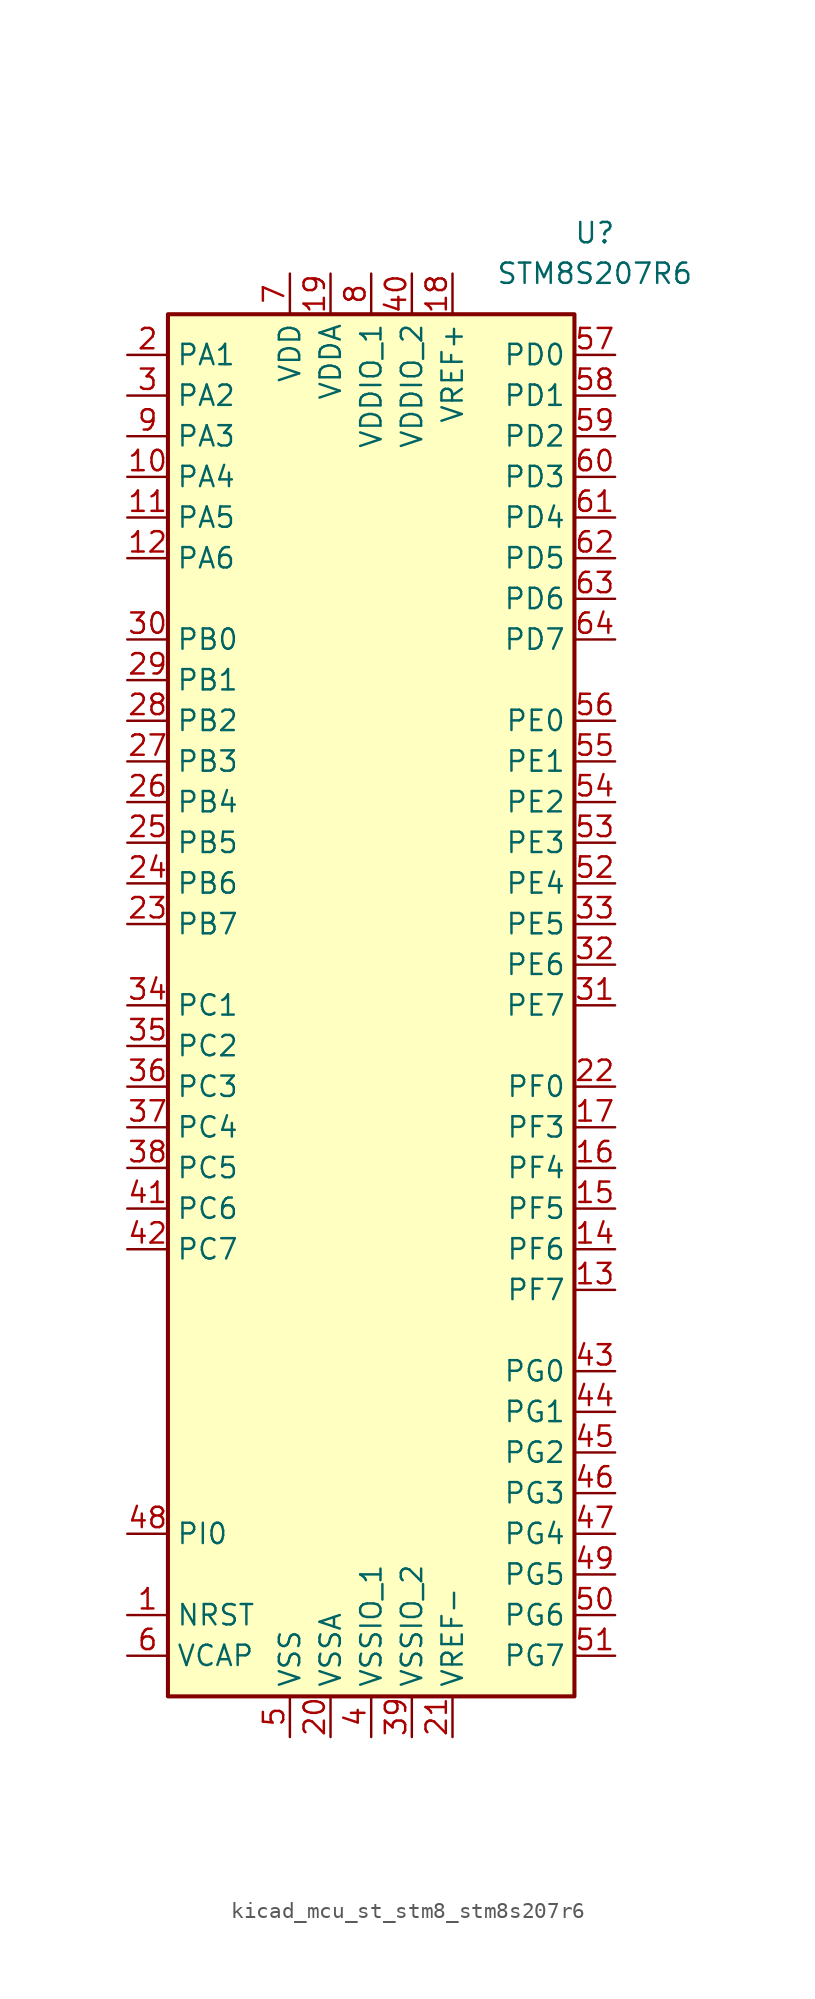
<source format=kicad_sym>
(kicad_symbol_lib
  (version 20220914)
  (generator kicad_symbol_editor)
  (symbol "kicad_mcu_st_stm8_stm8s207r6"
    (property "Reference" "U"
      (at 13.97 48.26 0)
      (effects (font (size 1.27 1.27))))
    (property "Value" "STM8S207R6"
      (at 13.97 45.72 0)
      (effects (font (size 1.27 1.27))))
    (symbol "kicad_mcu_st_stm8_stm8s207r6_0_1"
      (rectangle (start 12.7 43.18) (end -12.7 -43.18) (stroke (width 0.254) (type default)) (fill (type background))))
    (symbol "kicad_mcu_st_stm8_stm8s207r6_1_1"
      (pin input line (at -15.24 -38.1 0) (length 2.54) (name "NRST" (effects (font (size 1.27 1.27)))) (number "1" (effects (font (size 1.27 1.27)))))
      (pin bidirectional line (at -15.24 33.02 0) (length 2.54) (name "PA4" (effects (font (size 1.27 1.27)))) (number "10" (effects (font (size 1.27 1.27)))))
      (pin bidirectional line (at -15.24 30.48 0) (length 2.54) (name "PA5" (effects (font (size 1.27 1.27)))) (number "11" (effects (font (size 1.27 1.27)))))
      (pin bidirectional line (at -15.24 27.94 0) (length 2.54) (name "PA6" (effects (font (size 1.27 1.27)))) (number "12" (effects (font (size 1.27 1.27)))))
      (pin bidirectional line (at 15.24 -17.78 180) (length 2.54) (name "PF7" (effects (font (size 1.27 1.27)))) (number "13" (effects (font (size 1.27 1.27)))))
      (pin bidirectional line (at 15.24 -15.24 180) (length 2.54) (name "PF6" (effects (font (size 1.27 1.27)))) (number "14" (effects (font (size 1.27 1.27)))))
      (pin bidirectional line (at 15.24 -12.7 180) (length 2.54) (name "PF5" (effects (font (size 1.27 1.27)))) (number "15" (effects (font (size 1.27 1.27)))))
      (pin bidirectional line (at 15.24 -10.16 180) (length 2.54) (name "PF4" (effects (font (size 1.27 1.27)))) (number "16" (effects (font (size 1.27 1.27)))))
      (pin bidirectional line (at 15.24 -7.62 180) (length 2.54) (name "PF3" (effects (font (size 1.27 1.27)))) (number "17" (effects (font (size 1.27 1.27)))))
      (pin power_in line (at 5.08 45.72 270) (length 2.54) (name "VREF+" (effects (font (size 1.27 1.27)))) (number "18" (effects (font (size 1.27 1.27)))))
      (pin power_in line (at -2.54 45.72 270) (length 2.54) (name "VDDA" (effects (font (size 1.27 1.27)))) (number "19" (effects (font (size 1.27 1.27)))))
      (pin bidirectional line (at -15.24 40.64 0) (length 2.54) (name "PA1" (effects (font (size 1.27 1.27)))) (number "2" (effects (font (size 1.27 1.27)))))
      (pin power_in line (at -2.54 -45.72 90) (length 2.54) (name "VSSA" (effects (font (size 1.27 1.27)))) (number "20" (effects (font (size 1.27 1.27)))))
      (pin power_in line (at 5.08 -45.72 90) (length 2.54) (name "VREF-" (effects (font (size 1.27 1.27)))) (number "21" (effects (font (size 1.27 1.27)))))
      (pin bidirectional line (at 15.24 -5.08 180) (length 2.54) (name "PF0" (effects (font (size 1.27 1.27)))) (number "22" (effects (font (size 1.27 1.27)))))
      (pin bidirectional line (at -15.24 5.08 0) (length 2.54) (name "PB7" (effects (font (size 1.27 1.27)))) (number "23" (effects (font (size 1.27 1.27)))))
      (pin bidirectional line (at -15.24 7.62 0) (length 2.54) (name "PB6" (effects (font (size 1.27 1.27)))) (number "24" (effects (font (size 1.27 1.27)))))
      (pin bidirectional line (at -15.24 10.16 0) (length 2.54) (name "PB5" (effects (font (size 1.27 1.27)))) (number "25" (effects (font (size 1.27 1.27)))))
      (pin bidirectional line (at -15.24 12.7 0) (length 2.54) (name "PB4" (effects (font (size 1.27 1.27)))) (number "26" (effects (font (size 1.27 1.27)))))
      (pin bidirectional line (at -15.24 15.24 0) (length 2.54) (name "PB3" (effects (font (size 1.27 1.27)))) (number "27" (effects (font (size 1.27 1.27)))))
      (pin bidirectional line (at -15.24 17.78 0) (length 2.54) (name "PB2" (effects (font (size 1.27 1.27)))) (number "28" (effects (font (size 1.27 1.27)))))
      (pin bidirectional line (at -15.24 20.32 0) (length 2.54) (name "PB1" (effects (font (size 1.27 1.27)))) (number "29" (effects (font (size 1.27 1.27)))))
      (pin bidirectional line (at -15.24 38.1 0) (length 2.54) (name "PA2" (effects (font (size 1.27 1.27)))) (number "3" (effects (font (size 1.27 1.27)))))
      (pin bidirectional line (at -15.24 22.86 0) (length 2.54) (name "PB0" (effects (font (size 1.27 1.27)))) (number "30" (effects (font (size 1.27 1.27)))))
      (pin bidirectional line (at 15.24 0 180) (length 2.54) (name "PE7" (effects (font (size 1.27 1.27)))) (number "31" (effects (font (size 1.27 1.27)))))
      (pin bidirectional line (at 15.24 2.54 180) (length 2.54) (name "PE6" (effects (font (size 1.27 1.27)))) (number "32" (effects (font (size 1.27 1.27)))))
      (pin bidirectional line (at 15.24 5.08 180) (length 2.54) (name "PE5" (effects (font (size 1.27 1.27)))) (number "33" (effects (font (size 1.27 1.27)))))
      (pin bidirectional line (at -15.24 0 0) (length 2.54) (name "PC1" (effects (font (size 1.27 1.27)))) (number "34" (effects (font (size 1.27 1.27)))))
      (pin bidirectional line (at -15.24 -2.54 0) (length 2.54) (name "PC2" (effects (font (size 1.27 1.27)))) (number "35" (effects (font (size 1.27 1.27)))))
      (pin bidirectional line (at -15.24 -5.08 0) (length 2.54) (name "PC3" (effects (font (size 1.27 1.27)))) (number "36" (effects (font (size 1.27 1.27)))))
      (pin bidirectional line (at -15.24 -7.62 0) (length 2.54) (name "PC4" (effects (font (size 1.27 1.27)))) (number "37" (effects (font (size 1.27 1.27)))))
      (pin bidirectional line (at -15.24 -10.16 0) (length 2.54) (name "PC5" (effects (font (size 1.27 1.27)))) (number "38" (effects (font (size 1.27 1.27)))))
      (pin power_in line (at 2.54 -45.72 90) (length 2.54) (name "VSSIO_2" (effects (font (size 1.27 1.27)))) (number "39" (effects (font (size 1.27 1.27)))))
      (pin power_in line (at 0 -45.72 90) (length 2.54) (name "VSSIO_1" (effects (font (size 1.27 1.27)))) (number "4" (effects (font (size 1.27 1.27)))))
      (pin power_in line (at 2.54 45.72 270) (length 2.54) (name "VDDIO_2" (effects (font (size 1.27 1.27)))) (number "40" (effects (font (size 1.27 1.27)))))
      (pin bidirectional line (at -15.24 -12.7 0) (length 2.54) (name "PC6" (effects (font (size 1.27 1.27)))) (number "41" (effects (font (size 1.27 1.27)))))
      (pin bidirectional line (at -15.24 -15.24 0) (length 2.54) (name "PC7" (effects (font (size 1.27 1.27)))) (number "42" (effects (font (size 1.27 1.27)))))
      (pin bidirectional line (at 15.24 -22.86 180) (length 2.54) (name "PG0" (effects (font (size 1.27 1.27)))) (number "43" (effects (font (size 1.27 1.27)))))
      (pin bidirectional line (at 15.24 -25.4 180) (length 2.54) (name "PG1" (effects (font (size 1.27 1.27)))) (number "44" (effects (font (size 1.27 1.27)))))
      (pin bidirectional line (at 15.24 -27.94 180) (length 2.54) (name "PG2" (effects (font (size 1.27 1.27)))) (number "45" (effects (font (size 1.27 1.27)))))
      (pin bidirectional line (at 15.24 -30.48 180) (length 2.54) (name "PG3" (effects (font (size 1.27 1.27)))) (number "46" (effects (font (size 1.27 1.27)))))
      (pin bidirectional line (at 15.24 -33.02 180) (length 2.54) (name "PG4" (effects (font (size 1.27 1.27)))) (number "47" (effects (font (size 1.27 1.27)))))
      (pin bidirectional line (at -15.24 -33.02 0) (length 2.54) (name "PI0" (effects (font (size 1.27 1.27)))) (number "48" (effects (font (size 1.27 1.27)))))
      (pin bidirectional line (at 15.24 -35.56 180) (length 2.54) (name "PG5" (effects (font (size 1.27 1.27)))) (number "49" (effects (font (size 1.27 1.27)))))
      (pin power_in line (at -5.08 -45.72 90) (length 2.54) (name "VSS" (effects (font (size 1.27 1.27)))) (number "5" (effects (font (size 1.27 1.27)))))
      (pin bidirectional line (at 15.24 -38.1 180) (length 2.54) (name "PG6" (effects (font (size 1.27 1.27)))) (number "50" (effects (font (size 1.27 1.27)))))
      (pin bidirectional line (at 15.24 -40.64 180) (length 2.54) (name "PG7" (effects (font (size 1.27 1.27)))) (number "51" (effects (font (size 1.27 1.27)))))
      (pin bidirectional line (at 15.24 7.62 180) (length 2.54) (name "PE4" (effects (font (size 1.27 1.27)))) (number "52" (effects (font (size 1.27 1.27)))))
      (pin bidirectional line (at 15.24 10.16 180) (length 2.54) (name "PE3" (effects (font (size 1.27 1.27)))) (number "53" (effects (font (size 1.27 1.27)))))
      (pin bidirectional line (at 15.24 12.7 180) (length 2.54) (name "PE2" (effects (font (size 1.27 1.27)))) (number "54" (effects (font (size 1.27 1.27)))))
      (pin bidirectional line (at 15.24 15.24 180) (length 2.54) (name "PE1" (effects (font (size 1.27 1.27)))) (number "55" (effects (font (size 1.27 1.27)))))
      (pin bidirectional line (at 15.24 17.78 180) (length 2.54) (name "PE0" (effects (font (size 1.27 1.27)))) (number "56" (effects (font (size 1.27 1.27)))))
      (pin bidirectional line (at 15.24 40.64 180) (length 2.54) (name "PD0" (effects (font (size 1.27 1.27)))) (number "57" (effects (font (size 1.27 1.27)))))
      (pin bidirectional line (at 15.24 38.1 180) (length 2.54) (name "PD1" (effects (font (size 1.27 1.27)))) (number "58" (effects (font (size 1.27 1.27)))))
      (pin bidirectional line (at 15.24 35.56 180) (length 2.54) (name "PD2" (effects (font (size 1.27 1.27)))) (number "59" (effects (font (size 1.27 1.27)))))
      (pin input line (at -15.24 -40.64 0) (length 2.54) (name "VCAP" (effects (font (size 1.27 1.27)))) (number "6" (effects (font (size 1.27 1.27)))))
      (pin bidirectional line (at 15.24 33.02 180) (length 2.54) (name "PD3" (effects (font (size 1.27 1.27)))) (number "60" (effects (font (size 1.27 1.27)))))
      (pin bidirectional line (at 15.24 30.48 180) (length 2.54) (name "PD4" (effects (font (size 1.27 1.27)))) (number "61" (effects (font (size 1.27 1.27)))))
      (pin bidirectional line (at 15.24 27.94 180) (length 2.54) (name "PD5" (effects (font (size 1.27 1.27)))) (number "62" (effects (font (size 1.27 1.27)))))
      (pin bidirectional line (at 15.24 25.4 180) (length 2.54) (name "PD6" (effects (font (size 1.27 1.27)))) (number "63" (effects (font (size 1.27 1.27)))))
      (pin bidirectional line (at 15.24 22.86 180) (length 2.54) (name "PD7" (effects (font (size 1.27 1.27)))) (number "64" (effects (font (size 1.27 1.27)))))
      (pin power_in line (at -5.08 45.72 270) (length 2.54) (name "VDD" (effects (font (size 1.27 1.27)))) (number "7" (effects (font (size 1.27 1.27)))))
      (pin power_in line (at 0 45.72 270) (length 2.54) (name "VDDIO_1" (effects (font (size 1.27 1.27)))) (number "8" (effects (font (size 1.27 1.27)))))
      (pin bidirectional line (at -15.24 35.56 0) (length 2.54) (name "PA3" (effects (font (size 1.27 1.27)))) (number "9" (effects (font (size 1.27 1.27))))))))
</source>
